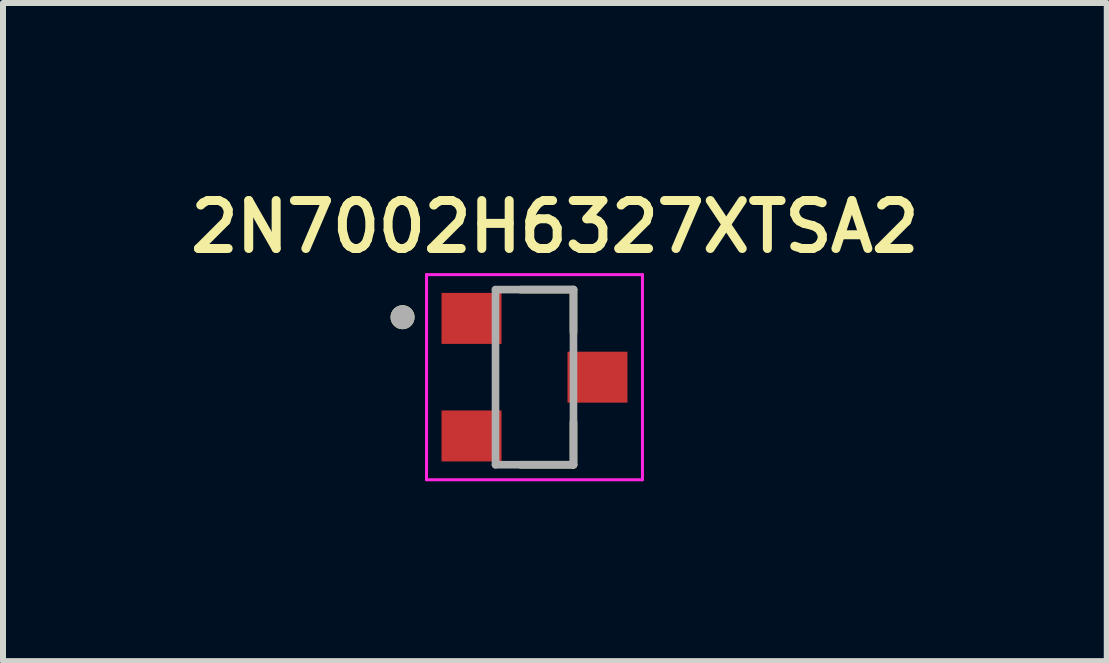
<source format=kicad_pcb>
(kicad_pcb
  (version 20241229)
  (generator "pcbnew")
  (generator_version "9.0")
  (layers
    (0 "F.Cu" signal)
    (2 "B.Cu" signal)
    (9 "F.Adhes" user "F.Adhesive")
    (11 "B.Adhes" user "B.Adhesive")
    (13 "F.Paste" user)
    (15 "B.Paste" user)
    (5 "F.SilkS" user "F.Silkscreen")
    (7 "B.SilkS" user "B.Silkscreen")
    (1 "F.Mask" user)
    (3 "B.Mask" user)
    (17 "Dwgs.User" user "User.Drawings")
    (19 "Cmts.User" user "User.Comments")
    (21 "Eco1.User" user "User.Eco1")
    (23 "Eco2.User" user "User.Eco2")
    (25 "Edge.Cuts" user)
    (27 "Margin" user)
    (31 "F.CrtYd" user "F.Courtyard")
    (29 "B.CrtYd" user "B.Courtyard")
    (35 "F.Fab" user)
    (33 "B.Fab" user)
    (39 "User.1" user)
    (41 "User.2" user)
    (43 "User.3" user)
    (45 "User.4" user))
  (footprint "2N7002H6327XTSA2"
    (layer "F.Cu")
    (at 5.862 3.239)
    (property "Reference" "2N7002H6327XTSA2" (at 0.34 -2.508 0) (layer "F.SilkS") (effects (font (size 0.8 0.8) (thickness 0.15))))
    (attr through_hole)
    (fp_line (start 0.65 -1.46) (end -0.23 -1.46) (stroke (width 0.127) (type solid)) (layer "F.SilkS"))
    (fp_line (start 0.65 -0.75) (end 0.65 -1.46) (stroke (width 0.127) (type solid)) (layer "F.SilkS"))
    (fp_line (start 0.65 0.75) (end 0.65 1.46) (stroke (width 0.127) (type solid)) (layer "F.SilkS"))
    (fp_line (start 0.65 1.46) (end -0.23 1.46) (stroke (width 0.127) (type solid)) (layer "F.SilkS"))
    (fp_circle (center -2.2 -1) (end -2.1 -1) (stroke (width 0.2) (type solid)) (fill no) (layer "F.SilkS"))
    (fp_line (start -1.8 -1.71) (end 1.8 -1.71) (stroke (width 0.05) (type solid)) (layer "F.CrtYd"))
    (fp_line (start -1.8 1.71) (end -1.8 -1.71) (stroke (width 0.05) (type solid)) (layer "F.CrtYd"))
    (fp_line (start 1.8 -1.71) (end 1.8 1.71) (stroke (width 0.05) (type solid)) (layer "F.CrtYd"))
    (fp_line (start 1.8 1.71) (end -1.8 1.71) (stroke (width 0.05) (type solid)) (layer "F.CrtYd"))
    (fp_line (start -0.65 -1.46) (end -0.65 1.46) (stroke (width 0.127) (type solid)) (layer "F.Fab"))
    (fp_line (start -0.65 1.46) (end 0.65 1.46) (stroke (width 0.127) (type solid)) (layer "F.Fab"))
    (fp_line (start 0.65 -1.46) (end -0.65 -1.46) (stroke (width 0.127) (type solid)) (layer "F.Fab"))
    (fp_line (start 0.65 1.46) (end 0.65 -1.46) (stroke (width 0.127) (type solid)) (layer "F.Fab"))
    (fp_circle (center -2.2 -1) (end -2.1 -1) (stroke (width 0.2) (type solid)) (fill no) (layer "F.Fab"))
    (pad "1" smd rect (at -1.05 -0.98 270) (size 0.85 1) (layers "F.Cu" "F.Mask" "F.Paste"))
    (pad "2" smd rect (at -1.05 0.98 270) (size 0.85 1) (layers "F.Cu" "F.Mask" "F.Paste"))
    (pad "3" smd rect (at 1.05 0 270) (size 0.85 1) (layers "F.Cu" "F.Mask" "F.Paste")))
  (gr_rect
    (start -3 -3)
    (end 15.404 7.974)
    (stroke (width 0.1) (type default))
    (fill no)
    (layer "Edge.Cuts")))
</source>
